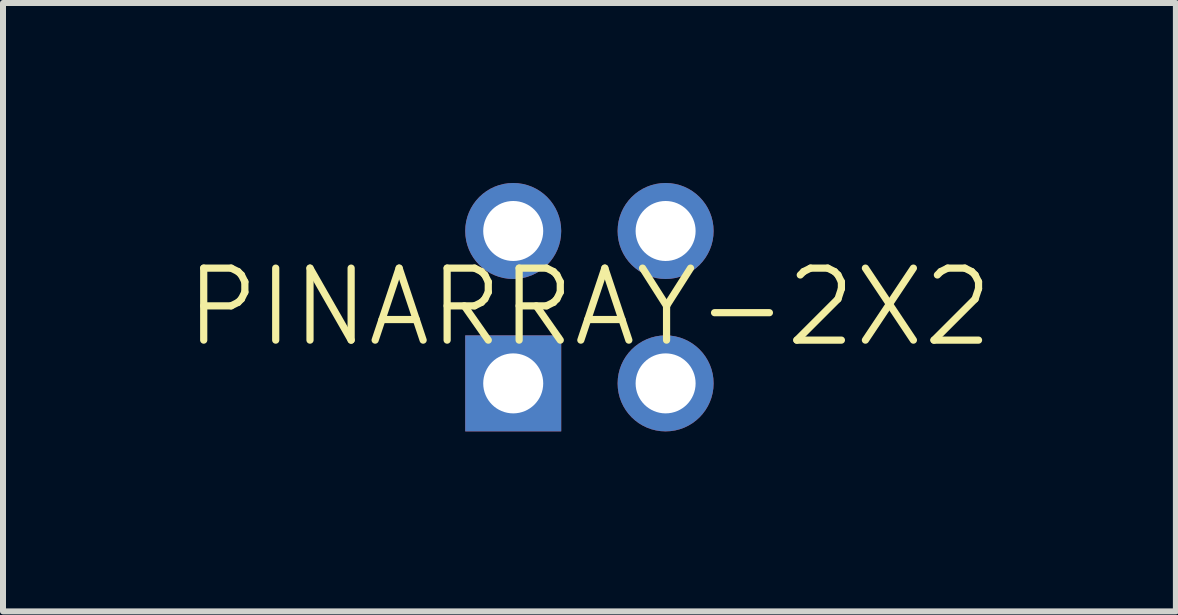
<source format=kicad_pcb>
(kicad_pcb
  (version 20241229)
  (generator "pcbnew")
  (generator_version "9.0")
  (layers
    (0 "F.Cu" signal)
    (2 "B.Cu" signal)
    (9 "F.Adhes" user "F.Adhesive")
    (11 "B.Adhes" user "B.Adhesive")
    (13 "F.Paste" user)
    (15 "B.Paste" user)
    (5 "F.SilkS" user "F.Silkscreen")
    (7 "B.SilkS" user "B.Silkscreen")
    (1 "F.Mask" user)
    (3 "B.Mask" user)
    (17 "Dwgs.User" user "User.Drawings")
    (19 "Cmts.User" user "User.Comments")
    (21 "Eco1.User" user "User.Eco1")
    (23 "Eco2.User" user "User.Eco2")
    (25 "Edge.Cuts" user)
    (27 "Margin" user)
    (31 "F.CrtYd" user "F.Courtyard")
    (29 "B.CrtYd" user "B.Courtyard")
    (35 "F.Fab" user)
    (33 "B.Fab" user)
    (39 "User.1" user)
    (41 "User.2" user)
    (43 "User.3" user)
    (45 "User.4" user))
  (footprint "PINARRAY-2X2"
    (layer "F.Cu")
    (at 6.774 2.07)
    (property "Reference" "PINARRAY-2X2" (at 0 0 0) (layer "F.SilkS") (effects (font (size 1.2 1.2) (thickness 0.12))))
    (attr through_hole)
    (pad "1" thru_hole rect (at -1.27 1.27) (size 1.6 1.6) (drill 1) (layers "*.Cu" "*.Mask"))
    (pad "2" thru_hole circle (at -1.27 -1.27) (size 1.6 1.6) (drill 1) (layers "*.Cu" "*.Mask"))
    (pad "3" thru_hole circle (at 1.27 1.27) (size 1.6 1.6) (drill 1) (layers "*.Cu" "*.Mask"))
    (pad "4" thru_hole circle (at 1.27 -1.27) (size 1.6 1.6) (drill 1) (layers "*.Cu" "*.Mask")))
  (gr_rect
    (start -3 -3)
    (end 16.549 7.14)
    (stroke (width 0.1) (type default))
    (fill no)
    (layer "Edge.Cuts")))
</source>
